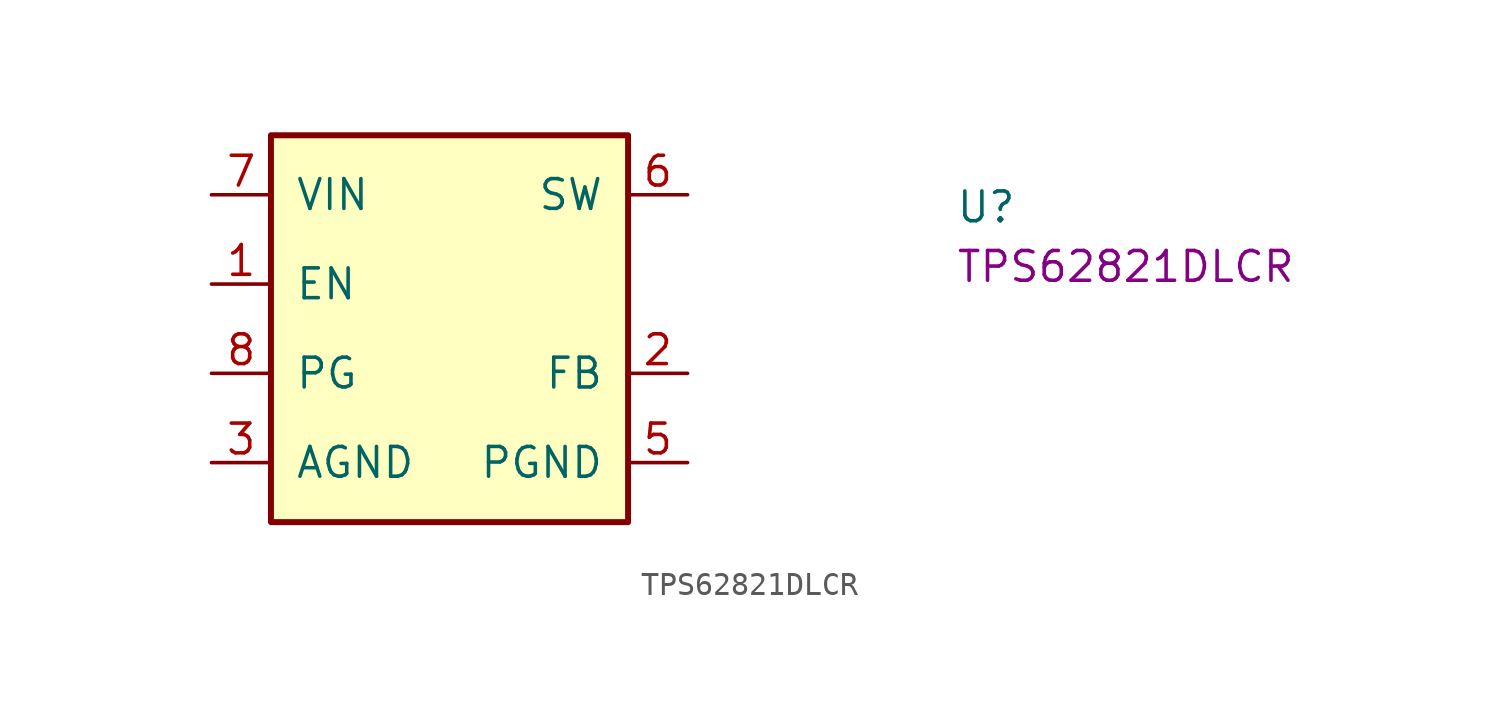
<source format=kicad_sym>
(kicad_symbol_lib
  (version 20220914)
  (generator kicad_symbol_editor)
  (symbol "TPS62821DLCR"
    (pin_names
      (offset 1.016))
    (property "Reference" "U"
      (at 31.75 -1.27 0)
      (effects (font (size 1.27 1.27)) (justify left bottom)))
    (property "MPN" "TPS62821DLCR"
      (at 31.75 -3.81 0)
      (effects (font (size 1.27 1.27)) (justify left bottom)))
    (symbol "TPS62821DLCR_1_1"
      (rectangle (start 2.54 2.54) (end 17.78 -13.97) (stroke (width 0.254) (type default)) (fill (type background)))
      (pin input line (at 0 -3.81 0) (length 2.54) (name "EN" (effects (font (size 1.27 1.27)))) (number "1" (effects (font (size 1.27 1.27)))))
      (pin bidirectional line (at 20.32 -7.62 180) (length 2.54) (name "FB" (effects (font (size 1.27 1.27)))) (number "2" (effects (font (size 1.27 1.27)))))
      (pin power_in line (at 0 -11.43 0) (length 2.54) (name "AGND" (effects (font (size 1.27 1.27)))) (number "3" (effects (font (size 1.27 1.27)))))
      (pin no_connect line (at 17.78 -3.81 180) (length 2.54) hide (name "NC" (effects (font (size 1.27 1.27)))) (number "4" (effects (font (size 1.27 1.27)))))
      (pin power_in line (at 20.32 -11.43 180) (length 2.54) (name "PGND" (effects (font (size 1.27 1.27)))) (number "5" (effects (font (size 1.27 1.27)))))
      (pin bidirectional line (at 20.32 0 180) (length 2.54) (name "SW" (effects (font (size 1.27 1.27)))) (number "6" (effects (font (size 1.27 1.27)))))
      (pin power_in line (at 0 0 0) (length 2.54) (name "VIN" (effects (font (size 1.27 1.27)))) (number "7" (effects (font (size 1.27 1.27)))))
      (pin output line (at 0 -7.62 0) (length 2.54) (name "PG" (effects (font (size 1.27 1.27)))) (number "8" (effects (font (size 1.27 1.27))))))))
</source>
